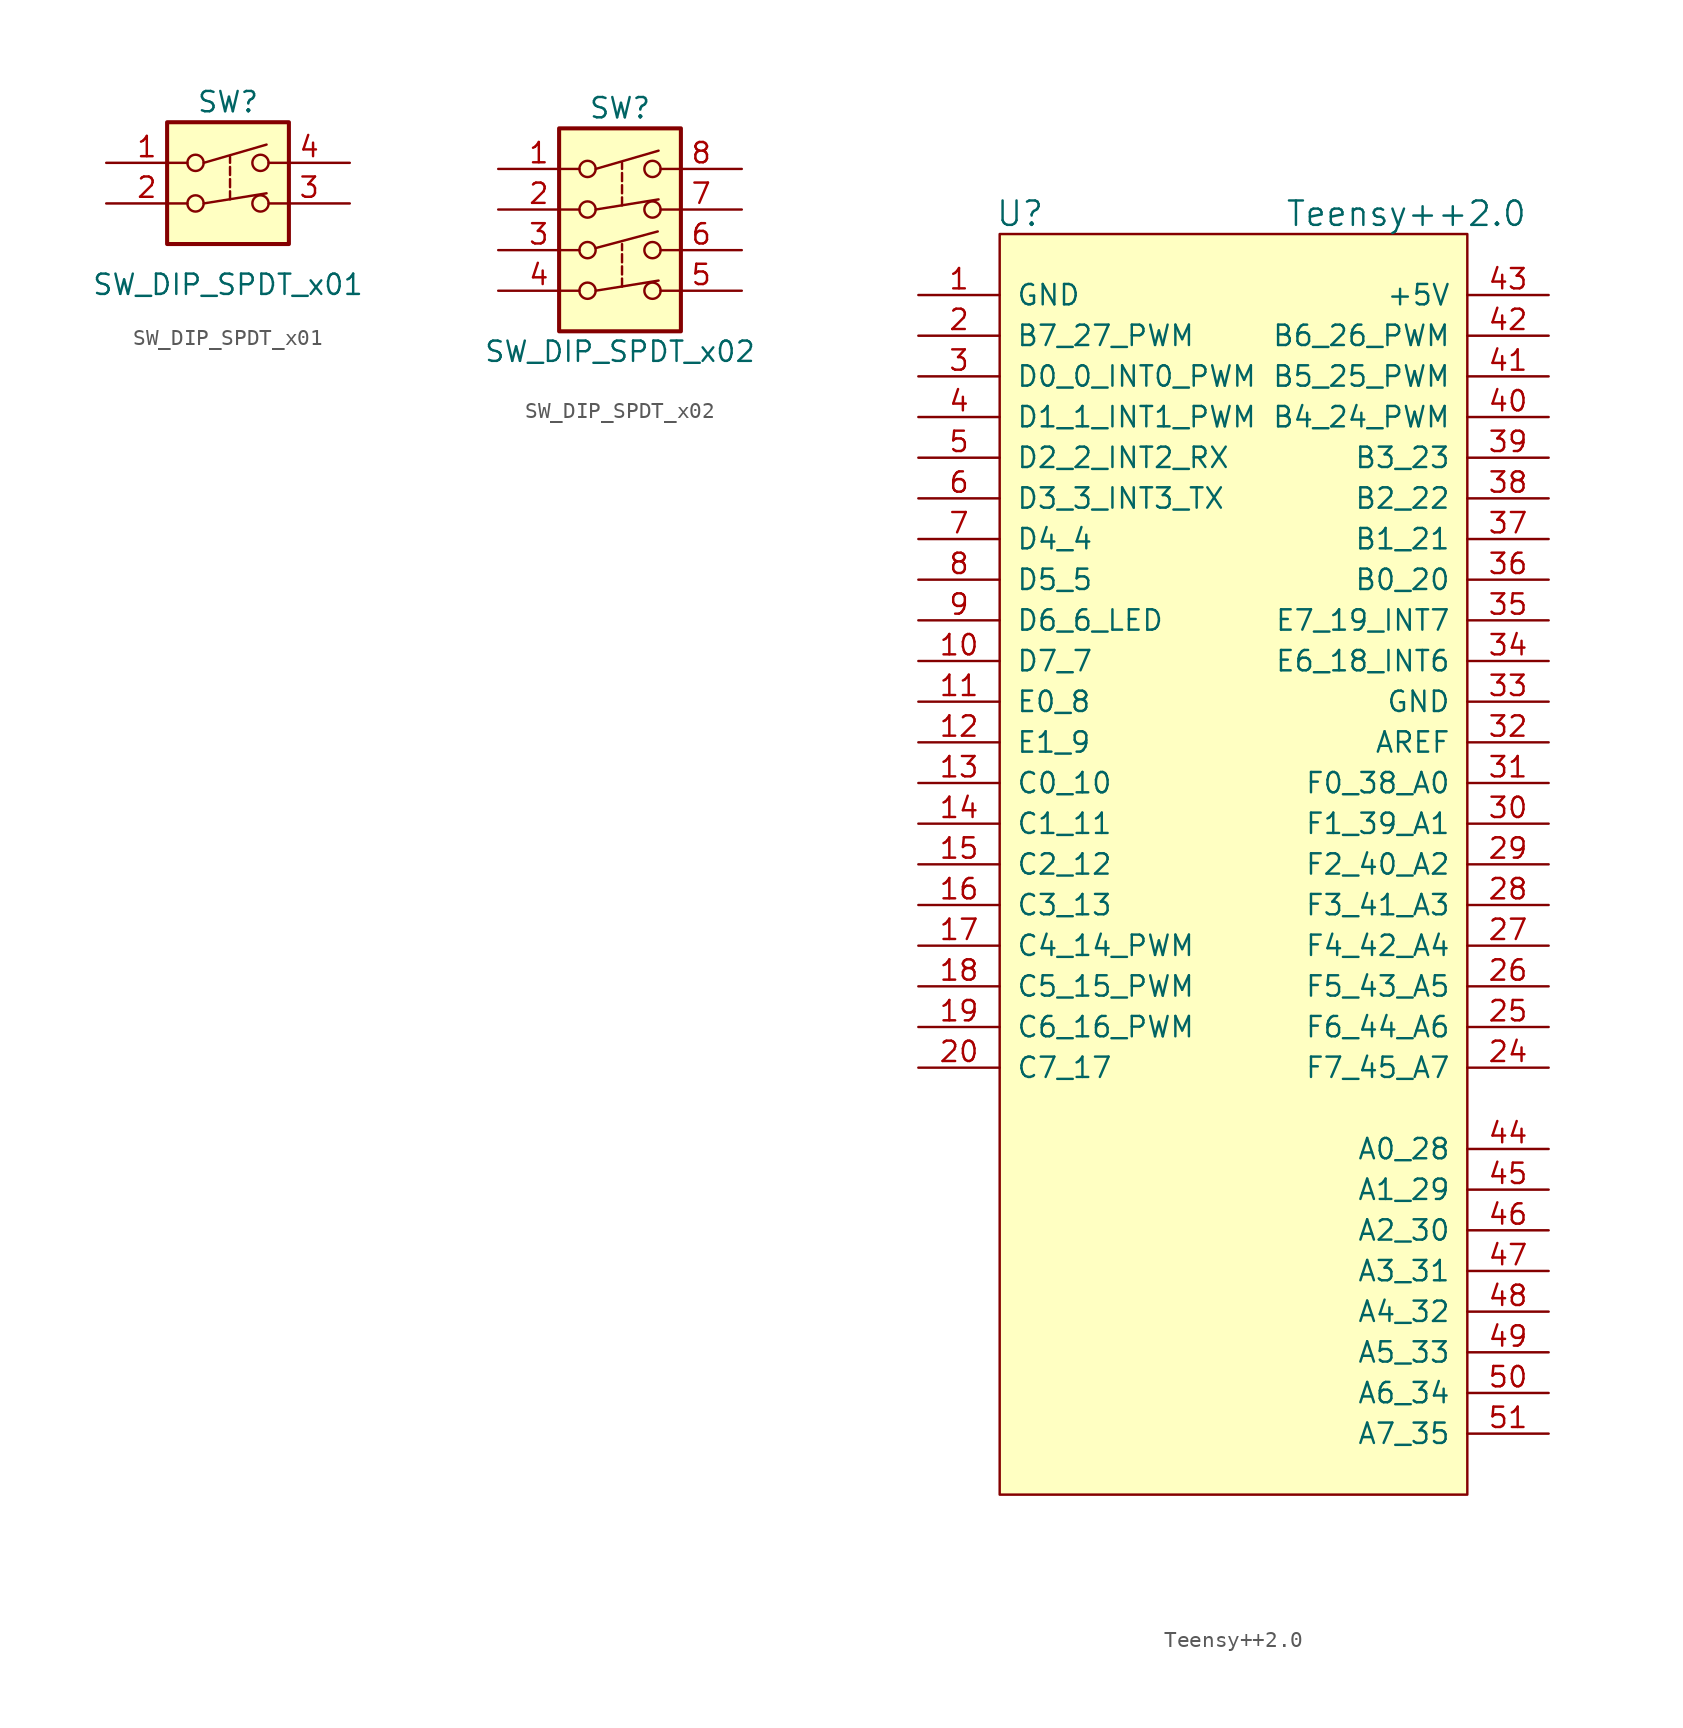
<source format=kicad_sym>
(kicad_symbol_lib
  (version 20241209)
  (generator "kicad_symbol_editor")
  (generator_version "9.0")
  (symbol "SW_DIP_SPDT_x01"
    (pin_names
      (offset 0)
      (hide yes))
    (property "Reference" "SW"
      (at 0 8.89 0)
      (effects (font (size 1.27 1.27))))
    (property "Value" "SW_DIP_SPDT_x01"
      (at 0 -2.54 0)
      (effects (font (size 1.27 1.27))))
    (symbol "SW_DIP_SPDT_x01_0_0"
      (circle (center -2.032 5.08) (radius 0.508) (stroke (width 0) (type default)) (fill (type none)))
      (circle (center -2.032 2.54) (radius 0.508) (stroke (width 0) (type default)) (fill (type none)))
      (polyline (pts (xy -1.524 5.08) (xy 2.413 6.223)) (stroke (width 0) (type default)) (fill (type none)))
      (circle (center 2.032 5.08) (radius 0.508) (stroke (width 0) (type default)) (fill (type none)))
      (circle (center 2.032 2.54) (radius 0.508) (stroke (width 0) (type default)) (fill (type none))))
    (symbol "SW_DIP_SPDT_x01_0_1"
      (rectangle (start -3.81 7.62) (end 3.81 0) (stroke (width 0.254) (type default)) (fill (type background)))
      (polyline (pts (xy -1.524 2.54) (xy 2.413 3.175)) (stroke (width 0) (type default)) (fill (type none)))
      (polyline (pts (xy 0.127 5.08) (xy 0.127 5.461)) (stroke (width 0) (type default)) (fill (type none)))
      (polyline (pts (xy 0.127 4.318) (xy 0.127 4.826)) (stroke (width 0) (type default)) (fill (type none)))
      (polyline (pts (xy 0.127 3.556) (xy 0.127 4.064)) (stroke (width 0) (type default)) (fill (type none)))
      (polyline (pts (xy 0.127 2.794) (xy 0.127 3.302)) (stroke (width 0) (type default)) (fill (type none))))
    (symbol "SW_DIP_SPDT_x01_1_1"
      (pin passive line (at -7.62 5.08 0) (length 5.08) (name "~" (effects (font (size 1.27 1.27)))) (number "1" (effects (font (size 1.27 1.27)))))
      (pin passive line (at -7.62 2.54 0) (length 5.08) (name "~" (effects (font (size 1.27 1.27)))) (number "2" (effects (font (size 1.27 1.27)))))
      (pin passive line (at 7.62 5.08 180) (length 5.08) (name "~" (effects (font (size 1.27 1.27)))) (number "4" (effects (font (size 1.27 1.27)))))
      (pin passive line (at 7.62 2.54 180) (length 5.08) (name "~" (effects (font (size 1.27 1.27)))) (number "3" (effects (font (size 1.27 1.27)))))))
  (symbol "SW_DIP_SPDT_x02"
    (pin_names
      (offset 0)
      (hide yes))
    (property "Reference" "SW"
      (at 0 8.89 0)
      (effects (font (size 1.27 1.27))))
    (property "Value" "SW_DIP_SPDT_x02"
      (at 0 -6.35 0)
      (effects (font (size 1.27 1.27))))
    (symbol "SW_DIP_SPDT_x02_0_0"
      (circle (center -2.032 5.08) (radius 0.508) (stroke (width 0) (type default)) (fill (type none)))
      (circle (center -2.032 2.54) (radius 0.508) (stroke (width 0) (type default)) (fill (type none)))
      (circle (center -2.032 0) (radius 0.508) (stroke (width 0) (type default)) (fill (type none)))
      (circle (center -2.032 -2.54) (radius 0.508) (stroke (width 0) (type default)) (fill (type none)))
      (polyline (pts (xy -1.524 5.08) (xy 2.413 6.223)) (stroke (width 0) (type default)) (fill (type none)))
      (polyline (pts (xy -1.524 0.127) (xy 2.362 1.168)) (stroke (width 0) (type default)) (fill (type none)))
      (circle (center 2.032 5.08) (radius 0.508) (stroke (width 0) (type default)) (fill (type none)))
      (circle (center 2.032 2.54) (radius 0.508) (stroke (width 0) (type default)) (fill (type none)))
      (circle (center 2.032 0) (radius 0.508) (stroke (width 0) (type default)) (fill (type none)))
      (circle (center 2.032 -2.54) (radius 0.508) (stroke (width 0) (type default)) (fill (type none))))
    (symbol "SW_DIP_SPDT_x02_0_1"
      (rectangle (start -3.81 7.62) (end 3.81 -5.08) (stroke (width 0.254) (type default)) (fill (type background)))
      (polyline (pts (xy -1.524 2.54) (xy 2.413 3.175)) (stroke (width 0) (type default)) (fill (type none)))
      (polyline (pts (xy -1.524 -2.54) (xy 2.413 -1.905)) (stroke (width 0) (type default)) (fill (type none)))
      (polyline (pts (xy 0.127 5.08) (xy 0.127 5.461)) (stroke (width 0) (type default)) (fill (type none)))
      (polyline (pts (xy 0.127 4.318) (xy 0.127 4.826)) (stroke (width 0) (type default)) (fill (type none)))
      (polyline (pts (xy 0.127 3.556) (xy 0.127 4.064)) (stroke (width 0) (type default)) (fill (type none)))
      (polyline (pts (xy 0.127 2.794) (xy 0.127 3.302)) (stroke (width 0) (type default)) (fill (type none)))
      (polyline (pts (xy 0.127 0) (xy 0.127 0.381)) (stroke (width 0) (type default)) (fill (type none)))
      (polyline (pts (xy 0.127 -0.762) (xy 0.127 -0.254)) (stroke (width 0) (type default)) (fill (type none)))
      (polyline (pts (xy 0.127 -1.524) (xy 0.127 -1.016)) (stroke (width 0) (type default)) (fill (type none)))
      (polyline (pts (xy 0.127 -2.286) (xy 0.127 -1.778)) (stroke (width 0) (type default)) (fill (type none))))
    (symbol "SW_DIP_SPDT_x02_1_1"
      (pin passive line (at -7.62 5.08 0) (length 5.08) (name "~" (effects (font (size 1.27 1.27)))) (number "1" (effects (font (size 1.27 1.27)))))
      (pin passive line (at -7.62 2.54 0) (length 5.08) (name "~" (effects (font (size 1.27 1.27)))) (number "2" (effects (font (size 1.27 1.27)))))
      (pin passive line (at -7.62 0 0) (length 5.08) (name "~" (effects (font (size 1.27 1.27)))) (number "3" (effects (font (size 1.27 1.27)))))
      (pin passive line (at -7.62 -2.54 0) (length 5.08) (name "~" (effects (font (size 1.27 1.27)))) (number "4" (effects (font (size 1.27 1.27)))))
      (pin passive line (at 7.62 5.08 180) (length 5.08) (name "~" (effects (font (size 1.27 1.27)))) (number "8" (effects (font (size 1.27 1.27)))))
      (pin passive line (at 7.62 2.54 180) (length 5.08) (name "~" (effects (font (size 1.27 1.27)))) (number "7" (effects (font (size 1.27 1.27)))))
      (pin passive line (at 7.62 0 180) (length 5.08) (name "~" (effects (font (size 1.27 1.27)))) (number "6" (effects (font (size 1.27 1.27)))))
      (pin passive line (at 7.62 -2.54 180) (length 5.08) (name "~" (effects (font (size 1.27 1.27)))) (number "5" (effects (font (size 1.27 1.27)))))))
  (symbol "Teensy++2.0"
    (pin_names
      (offset 1.016))
    (property "Reference" "U"
      (at -11.43 39.37 0)
      (effects (font (size 1.524 1.524))))
    (property "Value" "Teensy++2.0"
      (at 12.7 39.37 0)
      (effects (font (size 1.524 1.524))))
    (property "Datasheet" ""
      (at 2.54 -16.51 0)
      (effects (font (size 1.524 1.524))))
    (symbol "Teensy++2.0_0_1"
      (rectangle (start -12.7 38.1) (end 16.51 -40.64) (stroke (width 0) (type default)) (fill (type background))))
    (symbol "Teensy++2.0_1_1"
      (pin power_in line (at -17.78 34.29 0) (length 5.08) (name "GND" (effects (font (size 1.27 1.27)))) (number "1" (effects (font (size 1.27 1.27)))))
      (pin bidirectional line (at -17.78 31.75 0) (length 5.08) (name "B7_27_PWM" (effects (font (size 1.27 1.27)))) (number "2" (effects (font (size 1.27 1.27)))))
      (pin bidirectional line (at -17.78 29.21 0) (length 5.08) (name "D0_0_INT0_PWM" (effects (font (size 1.27 1.27)))) (number "3" (effects (font (size 1.27 1.27)))))
      (pin bidirectional line (at -17.78 26.67 0) (length 5.08) (name "D1_1_INT1_PWM" (effects (font (size 1.27 1.27)))) (number "4" (effects (font (size 1.27 1.27)))))
      (pin bidirectional line (at -17.78 24.13 0) (length 5.08) (name "D2_2_INT2_RX" (effects (font (size 1.27 1.27)))) (number "5" (effects (font (size 1.27 1.27)))))
      (pin bidirectional line (at -17.78 21.59 0) (length 5.08) (name "D3_3_INT3_TX" (effects (font (size 1.27 1.27)))) (number "6" (effects (font (size 1.27 1.27)))))
      (pin bidirectional line (at -17.78 19.05 0) (length 5.08) (name "D4_4" (effects (font (size 1.27 1.27)))) (number "7" (effects (font (size 1.27 1.27)))))
      (pin bidirectional line (at -17.78 16.51 0) (length 5.08) (name "D5_5" (effects (font (size 1.27 1.27)))) (number "8" (effects (font (size 1.27 1.27)))))
      (pin bidirectional line (at -17.78 13.97 0) (length 5.08) (name "D6_6_LED" (effects (font (size 1.27 1.27)))) (number "9" (effects (font (size 1.27 1.27)))))
      (pin bidirectional line (at -17.78 11.43 0) (length 5.08) (name "D7_7" (effects (font (size 1.27 1.27)))) (number "10" (effects (font (size 1.27 1.27)))))
      (pin bidirectional line (at -17.78 8.89 0) (length 5.08) (name "E0_8" (effects (font (size 1.27 1.27)))) (number "11" (effects (font (size 1.27 1.27)))))
      (pin bidirectional line (at -17.78 6.35 0) (length 5.08) (name "E1_9" (effects (font (size 1.27 1.27)))) (number "12" (effects (font (size 1.27 1.27)))))
      (pin bidirectional line (at -17.78 3.81 0) (length 5.08) (name "C0_10" (effects (font (size 1.27 1.27)))) (number "13" (effects (font (size 1.27 1.27)))))
      (pin bidirectional line (at -17.78 1.27 0) (length 5.08) (name "C1_11" (effects (font (size 1.27 1.27)))) (number "14" (effects (font (size 1.27 1.27)))))
      (pin bidirectional line (at -17.78 -1.27 0) (length 5.08) (name "C2_12" (effects (font (size 1.27 1.27)))) (number "15" (effects (font (size 1.27 1.27)))))
      (pin bidirectional line (at -17.78 -3.81 0) (length 5.08) (name "C3_13" (effects (font (size 1.27 1.27)))) (number "16" (effects (font (size 1.27 1.27)))))
      (pin bidirectional line (at -17.78 -6.35 0) (length 5.08) (name "C4_14_PWM" (effects (font (size 1.27 1.27)))) (number "17" (effects (font (size 1.27 1.27)))))
      (pin bidirectional line (at -17.78 -8.89 0) (length 5.08) (name "C5_15_PWM" (effects (font (size 1.27 1.27)))) (number "18" (effects (font (size 1.27 1.27)))))
      (pin bidirectional line (at -17.78 -11.43 0) (length 5.08) (name "C6_16_PWM" (effects (font (size 1.27 1.27)))) (number "19" (effects (font (size 1.27 1.27)))))
      (pin bidirectional line (at -17.78 -13.97 0) (length 5.08) (name "C7_17" (effects (font (size 1.27 1.27)))) (number "20" (effects (font (size 1.27 1.27)))))
      (pin power_in line (at 21.59 34.29 180) (length 5.08) (name "+5V" (effects (font (size 1.27 1.27)))) (number "43" (effects (font (size 1.27 1.27)))))
      (pin bidirectional line (at 21.59 31.75 180) (length 5.08) (name "B6_26_PWM" (effects (font (size 1.27 1.27)))) (number "42" (effects (font (size 1.27 1.27)))))
      (pin bidirectional line (at 21.59 29.21 180) (length 5.08) (name "B5_25_PWM" (effects (font (size 1.27 1.27)))) (number "41" (effects (font (size 1.27 1.27)))))
      (pin bidirectional line (at 21.59 26.67 180) (length 5.08) (name "B4_24_PWM" (effects (font (size 1.27 1.27)))) (number "40" (effects (font (size 1.27 1.27)))))
      (pin bidirectional line (at 21.59 24.13 180) (length 5.08) (name "B3_23" (effects (font (size 1.27 1.27)))) (number "39" (effects (font (size 1.27 1.27)))))
      (pin bidirectional line (at 21.59 21.59 180) (length 5.08) (name "B2_22" (effects (font (size 1.27 1.27)))) (number "38" (effects (font (size 1.27 1.27)))))
      (pin bidirectional line (at 21.59 19.05 180) (length 5.08) (name "B1_21" (effects (font (size 1.27 1.27)))) (number "37" (effects (font (size 1.27 1.27)))))
      (pin bidirectional line (at 21.59 16.51 180) (length 5.08) (name "B0_20" (effects (font (size 1.27 1.27)))) (number "36" (effects (font (size 1.27 1.27)))))
      (pin bidirectional line (at 21.59 13.97 180) (length 5.08) (name "E7_19_INT7" (effects (font (size 1.27 1.27)))) (number "35" (effects (font (size 1.27 1.27)))))
      (pin bidirectional line (at 21.59 11.43 180) (length 5.08) (name "E6_18_INT6" (effects (font (size 1.27 1.27)))) (number "34" (effects (font (size 1.27 1.27)))))
      (pin power_in line (at 21.59 8.89 180) (length 5.08) (name "GND" (effects (font (size 1.27 1.27)))) (number "33" (effects (font (size 1.27 1.27)))))
      (pin input line (at 21.59 6.35 180) (length 5.08) (name "AREF" (effects (font (size 1.27 1.27)))) (number "32" (effects (font (size 1.27 1.27)))))
      (pin bidirectional line (at 21.59 3.81 180) (length 5.08) (name "F0_38_A0" (effects (font (size 1.27 1.27)))) (number "31" (effects (font (size 1.27 1.27)))))
      (pin bidirectional line (at 21.59 1.27 180) (length 5.08) (name "F1_39_A1" (effects (font (size 1.27 1.27)))) (number "30" (effects (font (size 1.27 1.27)))))
      (pin bidirectional line (at 21.59 -1.27 180) (length 5.08) (name "F2_40_A2" (effects (font (size 1.27 1.27)))) (number "29" (effects (font (size 1.27 1.27)))))
      (pin bidirectional line (at 21.59 -3.81 180) (length 5.08) (name "F3_41_A3" (effects (font (size 1.27 1.27)))) (number "28" (effects (font (size 1.27 1.27)))))
      (pin bidirectional line (at 21.59 -6.35 180) (length 5.08) (name "F4_42_A4" (effects (font (size 1.27 1.27)))) (number "27" (effects (font (size 1.27 1.27)))))
      (pin bidirectional line (at 21.59 -8.89 180) (length 5.08) (name "F5_43_A5" (effects (font (size 1.27 1.27)))) (number "26" (effects (font (size 1.27 1.27)))))
      (pin bidirectional line (at 21.59 -11.43 180) (length 5.08) (name "F6_44_A6" (effects (font (size 1.27 1.27)))) (number "25" (effects (font (size 1.27 1.27)))))
      (pin bidirectional line (at 21.59 -13.97 180) (length 5.08) (name "F7_45_A7" (effects (font (size 1.27 1.27)))) (number "24" (effects (font (size 1.27 1.27)))))
      (pin bidirectional line (at 21.59 -19.05 180) (length 5.08) (name "A0_28" (effects (font (size 1.27 1.27)))) (number "44" (effects (font (size 1.27 1.27)))))
      (pin bidirectional line (at 21.59 -21.59 180) (length 5.08) (name "A1_29" (effects (font (size 1.27 1.27)))) (number "45" (effects (font (size 1.27 1.27)))))
      (pin bidirectional line (at 21.59 -24.13 180) (length 5.08) (name "A2_30" (effects (font (size 1.27 1.27)))) (number "46" (effects (font (size 1.27 1.27)))))
      (pin bidirectional line (at 21.59 -26.67 180) (length 5.08) (name "A3_31" (effects (font (size 1.27 1.27)))) (number "47" (effects (font (size 1.27 1.27)))))
      (pin bidirectional line (at 21.59 -29.21 180) (length 5.08) (name "A4_32" (effects (font (size 1.27 1.27)))) (number "48" (effects (font (size 1.27 1.27)))))
      (pin bidirectional line (at 21.59 -31.75 180) (length 5.08) (name "A5_33" (effects (font (size 1.27 1.27)))) (number "49" (effects (font (size 1.27 1.27)))))
      (pin bidirectional line (at 21.59 -34.29 180) (length 5.08) (name "A6_34" (effects (font (size 1.27 1.27)))) (number "50" (effects (font (size 1.27 1.27)))))
      (pin bidirectional line (at 21.59 -36.83 180) (length 5.08) (name "A7_35" (effects (font (size 1.27 1.27)))) (number "51" (effects (font (size 1.27 1.27))))))))
</source>
